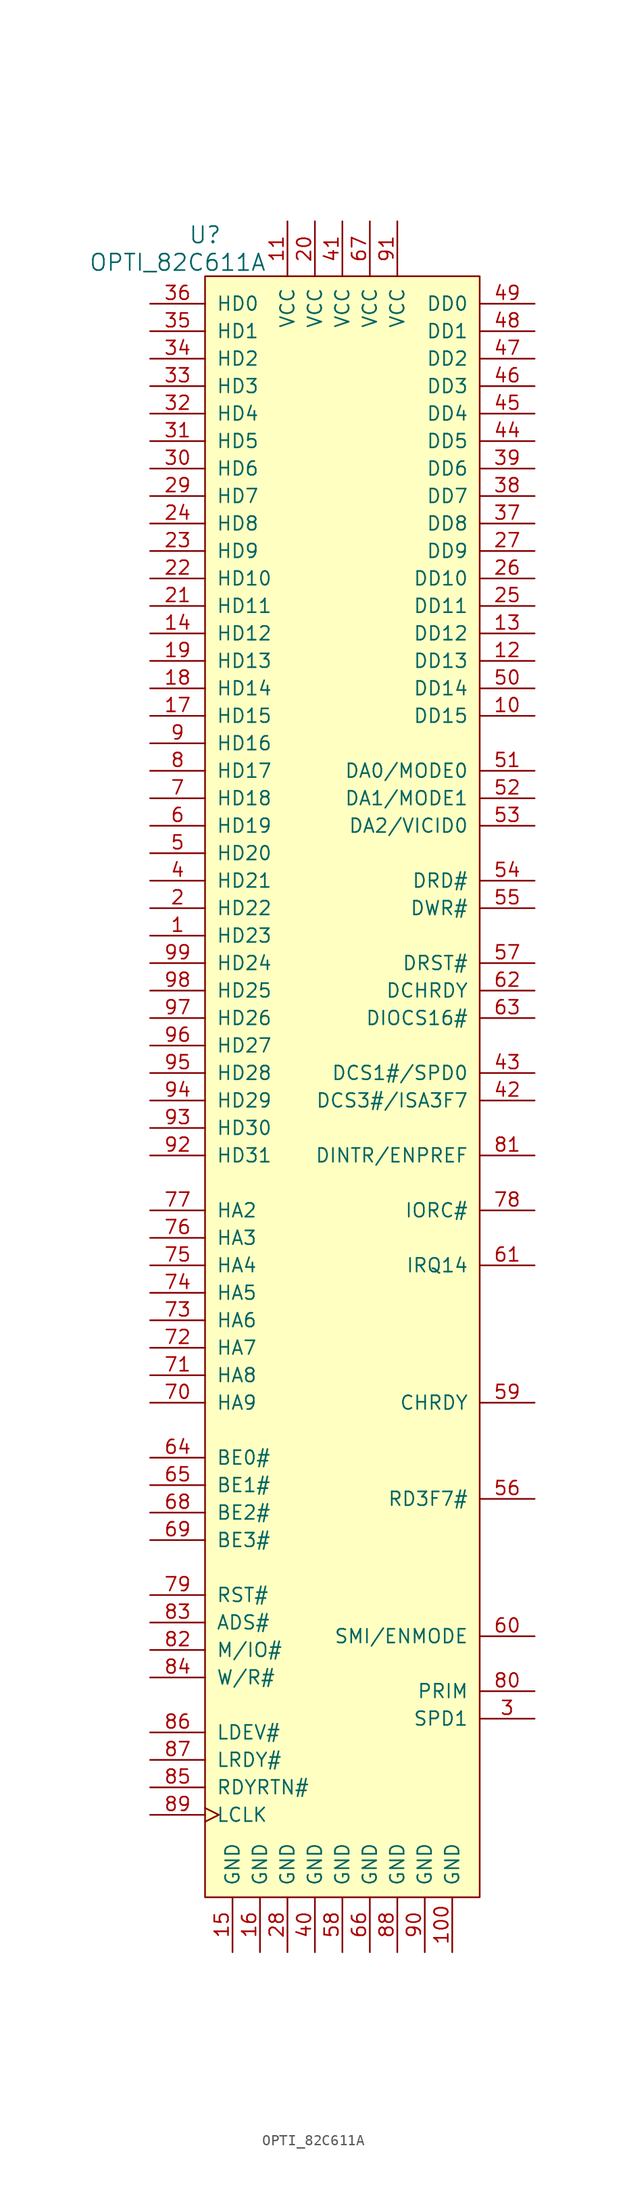
<source format=kicad_sym>
(kicad_symbol_lib
  (version 20211014)
  (generator kicad_symbol_editor)
  (symbol "OPTI_82C611A"
    (pin_names
      (offset 1.016))
    (property "Reference" "U"
      (at -12.7 78.74 0)
      (effects (font (size 1.524 1.524))))
    (property "Value" "OPTI_82C611A"
      (at -15.24 76.2 0)
      (effects (font (size 1.524 1.524))))
    (property "Footprint" ""
      (at 0 36.83 0)
      (effects (font (size 1.524 1.524))))
    (property "Datasheet" ""
      (at 0 36.83 0)
      (effects (font (size 1.524 1.524))))
    (symbol "OPTI_82C611A_0_1"
      (rectangle (start 12.7 -74.93) (end -12.7 74.93) (stroke (width 0) (type default) (color 0 0 0 0)) (fill (type background))))
    (symbol "OPTI_82C611A_1_1"
      (pin tri_state line (at -17.78 13.97 0) (length 5.08) (name "HD23" (effects (font (size 1.27 1.27)))) (number "1" (effects (font (size 1.27 1.27)))))
      (pin tri_state line (at 17.78 34.29 180) (length 5.08) (name "DD15" (effects (font (size 1.27 1.27)))) (number "10" (effects (font (size 1.27 1.27)))))
      (pin power_in line (at 10.16 -80.01 90) (length 5.08) (name "GND" (effects (font (size 1.27 1.27)))) (number "100" (effects (font (size 1.27 1.27)))))
      (pin power_in line (at -5.08 80.01 270) (length 5.08) (name "VCC" (effects (font (size 1.27 1.27)))) (number "11" (effects (font (size 1.27 1.27)))))
      (pin tri_state line (at 17.78 39.37 180) (length 5.08) (name "DD13" (effects (font (size 1.27 1.27)))) (number "12" (effects (font (size 1.27 1.27)))))
      (pin tri_state line (at 17.78 41.91 180) (length 5.08) (name "DD12" (effects (font (size 1.27 1.27)))) (number "13" (effects (font (size 1.27 1.27)))))
      (pin tri_state line (at -17.78 41.91 0) (length 5.08) (name "HD12" (effects (font (size 1.27 1.27)))) (number "14" (effects (font (size 1.27 1.27)))))
      (pin power_in line (at -10.16 -80.01 90) (length 5.08) (name "GND" (effects (font (size 1.27 1.27)))) (number "15" (effects (font (size 1.27 1.27)))))
      (pin power_in line (at -7.62 -80.01 90) (length 5.08) (name "GND" (effects (font (size 1.27 1.27)))) (number "16" (effects (font (size 1.27 1.27)))))
      (pin tri_state line (at -17.78 34.29 0) (length 5.08) (name "HD15" (effects (font (size 1.27 1.27)))) (number "17" (effects (font (size 1.27 1.27)))))
      (pin tri_state line (at -17.78 36.83 0) (length 5.08) (name "HD14" (effects (font (size 1.27 1.27)))) (number "18" (effects (font (size 1.27 1.27)))))
      (pin tri_state line (at -17.78 39.37 0) (length 5.08) (name "HD13" (effects (font (size 1.27 1.27)))) (number "19" (effects (font (size 1.27 1.27)))))
      (pin tri_state line (at -17.78 16.51 0) (length 5.08) (name "HD22" (effects (font (size 1.27 1.27)))) (number "2" (effects (font (size 1.27 1.27)))))
      (pin power_in line (at -2.54 80.01 270) (length 5.08) (name "VCC" (effects (font (size 1.27 1.27)))) (number "20" (effects (font (size 1.27 1.27)))))
      (pin tri_state line (at -17.78 44.45 0) (length 5.08) (name "HD11" (effects (font (size 1.27 1.27)))) (number "21" (effects (font (size 1.27 1.27)))))
      (pin tri_state line (at -17.78 46.99 0) (length 5.08) (name "HD10" (effects (font (size 1.27 1.27)))) (number "22" (effects (font (size 1.27 1.27)))))
      (pin tri_state line (at -17.78 49.53 0) (length 5.08) (name "HD9" (effects (font (size 1.27 1.27)))) (number "23" (effects (font (size 1.27 1.27)))))
      (pin tri_state line (at -17.78 52.07 0) (length 5.08) (name "HD8" (effects (font (size 1.27 1.27)))) (number "24" (effects (font (size 1.27 1.27)))))
      (pin tri_state line (at 17.78 44.45 180) (length 5.08) (name "DD11" (effects (font (size 1.27 1.27)))) (number "25" (effects (font (size 1.27 1.27)))))
      (pin tri_state line (at 17.78 46.99 180) (length 5.08) (name "DD10" (effects (font (size 1.27 1.27)))) (number "26" (effects (font (size 1.27 1.27)))))
      (pin tri_state line (at 17.78 49.53 180) (length 5.08) (name "DD9" (effects (font (size 1.27 1.27)))) (number "27" (effects (font (size 1.27 1.27)))))
      (pin power_in line (at -5.08 -80.01 90) (length 5.08) (name "GND" (effects (font (size 1.27 1.27)))) (number "28" (effects (font (size 1.27 1.27)))))
      (pin tri_state line (at -17.78 54.61 0) (length 5.08) (name "HD7" (effects (font (size 1.27 1.27)))) (number "29" (effects (font (size 1.27 1.27)))))
      (pin input line (at 17.78 -58.42 180) (length 5.08) (name "SPD1" (effects (font (size 1.27 1.27)))) (number "3" (effects (font (size 1.27 1.27)))))
      (pin tri_state line (at -17.78 57.15 0) (length 5.08) (name "HD6" (effects (font (size 1.27 1.27)))) (number "30" (effects (font (size 1.27 1.27)))))
      (pin tri_state line (at -17.78 59.69 0) (length 5.08) (name "HD5" (effects (font (size 1.27 1.27)))) (number "31" (effects (font (size 1.27 1.27)))))
      (pin tri_state line (at -17.78 62.23 0) (length 5.08) (name "HD4" (effects (font (size 1.27 1.27)))) (number "32" (effects (font (size 1.27 1.27)))))
      (pin tri_state line (at -17.78 64.77 0) (length 5.08) (name "HD3" (effects (font (size 1.27 1.27)))) (number "33" (effects (font (size 1.27 1.27)))))
      (pin tri_state line (at -17.78 67.31 0) (length 5.08) (name "HD2" (effects (font (size 1.27 1.27)))) (number "34" (effects (font (size 1.27 1.27)))))
      (pin tri_state line (at -17.78 69.85 0) (length 5.08) (name "HD1" (effects (font (size 1.27 1.27)))) (number "35" (effects (font (size 1.27 1.27)))))
      (pin tri_state line (at -17.78 72.39 0) (length 5.08) (name "HD0" (effects (font (size 1.27 1.27)))) (number "36" (effects (font (size 1.27 1.27)))))
      (pin tri_state line (at 17.78 52.07 180) (length 5.08) (name "DD8" (effects (font (size 1.27 1.27)))) (number "37" (effects (font (size 1.27 1.27)))))
      (pin tri_state line (at 17.78 54.61 180) (length 5.08) (name "DD7" (effects (font (size 1.27 1.27)))) (number "38" (effects (font (size 1.27 1.27)))))
      (pin tri_state line (at 17.78 57.15 180) (length 5.08) (name "DD6" (effects (font (size 1.27 1.27)))) (number "39" (effects (font (size 1.27 1.27)))))
      (pin tri_state line (at -17.78 19.05 0) (length 5.08) (name "HD21" (effects (font (size 1.27 1.27)))) (number "4" (effects (font (size 1.27 1.27)))))
      (pin power_in line (at -2.54 -80.01 90) (length 5.08) (name "GND" (effects (font (size 1.27 1.27)))) (number "40" (effects (font (size 1.27 1.27)))))
      (pin power_in line (at 0 80.01 270) (length 5.08) (name "VCC" (effects (font (size 1.27 1.27)))) (number "41" (effects (font (size 1.27 1.27)))))
      (pin bidirectional line (at 17.78 -1.27 180) (length 5.08) (name "DCS3#/ISA3F7" (effects (font (size 1.27 1.27)))) (number "42" (effects (font (size 1.27 1.27)))))
      (pin bidirectional line (at 17.78 1.27 180) (length 5.08) (name "DCS1#/SPD0" (effects (font (size 1.27 1.27)))) (number "43" (effects (font (size 1.27 1.27)))))
      (pin tri_state line (at 17.78 59.69 180) (length 5.08) (name "DD5" (effects (font (size 1.27 1.27)))) (number "44" (effects (font (size 1.27 1.27)))))
      (pin tri_state line (at 17.78 62.23 180) (length 5.08) (name "DD4" (effects (font (size 1.27 1.27)))) (number "45" (effects (font (size 1.27 1.27)))))
      (pin tri_state line (at 17.78 64.77 180) (length 5.08) (name "DD3" (effects (font (size 1.27 1.27)))) (number "46" (effects (font (size 1.27 1.27)))))
      (pin tri_state line (at 17.78 67.31 180) (length 5.08) (name "DD2" (effects (font (size 1.27 1.27)))) (number "47" (effects (font (size 1.27 1.27)))))
      (pin tri_state line (at 17.78 69.85 180) (length 5.08) (name "DD1" (effects (font (size 1.27 1.27)))) (number "48" (effects (font (size 1.27 1.27)))))
      (pin tri_state line (at 17.78 72.39 180) (length 5.08) (name "DD0" (effects (font (size 1.27 1.27)))) (number "49" (effects (font (size 1.27 1.27)))))
      (pin tri_state line (at -17.78 21.59 0) (length 5.08) (name "HD20" (effects (font (size 1.27 1.27)))) (number "5" (effects (font (size 1.27 1.27)))))
      (pin tri_state line (at 17.78 36.83 180) (length 5.08) (name "DD14" (effects (font (size 1.27 1.27)))) (number "50" (effects (font (size 1.27 1.27)))))
      (pin bidirectional line (at 17.78 29.21 180) (length 5.08) (name "DA0/MODE0" (effects (font (size 1.27 1.27)))) (number "51" (effects (font (size 1.27 1.27)))))
      (pin bidirectional line (at 17.78 26.67 180) (length 5.08) (name "DA1/MODE1" (effects (font (size 1.27 1.27)))) (number "52" (effects (font (size 1.27 1.27)))))
      (pin bidirectional line (at 17.78 24.13 180) (length 5.08) (name "DA2/VICID0" (effects (font (size 1.27 1.27)))) (number "53" (effects (font (size 1.27 1.27)))))
      (pin output line (at 17.78 19.05 180) (length 5.08) (name "DRD#" (effects (font (size 1.27 1.27)))) (number "54" (effects (font (size 1.27 1.27)))))
      (pin output line (at 17.78 16.51 180) (length 5.08) (name "DWR#" (effects (font (size 1.27 1.27)))) (number "55" (effects (font (size 1.27 1.27)))))
      (pin output line (at 17.78 -38.1 180) (length 5.08) (name "RD3F7#" (effects (font (size 1.27 1.27)))) (number "56" (effects (font (size 1.27 1.27)))))
      (pin output line (at 17.78 11.43 180) (length 5.08) (name "DRST#" (effects (font (size 1.27 1.27)))) (number "57" (effects (font (size 1.27 1.27)))))
      (pin power_in line (at 0 -80.01 90) (length 5.08) (name "GND" (effects (font (size 1.27 1.27)))) (number "58" (effects (font (size 1.27 1.27)))))
      (pin open_collector line (at 17.78 -29.21 180) (length 5.08) (name "CHRDY" (effects (font (size 1.27 1.27)))) (number "59" (effects (font (size 1.27 1.27)))))
      (pin tri_state line (at -17.78 24.13 0) (length 5.08) (name "HD19" (effects (font (size 1.27 1.27)))) (number "6" (effects (font (size 1.27 1.27)))))
      (pin bidirectional line (at 17.78 -50.8 180) (length 5.08) (name "SMI/ENMODE" (effects (font (size 1.27 1.27)))) (number "60" (effects (font (size 1.27 1.27)))))
      (pin open_collector line (at 17.78 -16.51 180) (length 5.08) (name "IRQ14" (effects (font (size 1.27 1.27)))) (number "61" (effects (font (size 1.27 1.27)))))
      (pin output line (at 17.78 8.89 180) (length 5.08) (name "DCHRDY" (effects (font (size 1.27 1.27)))) (number "62" (effects (font (size 1.27 1.27)))))
      (pin output line (at 17.78 6.35 180) (length 5.08) (name "DIOCS16#" (effects (font (size 1.27 1.27)))) (number "63" (effects (font (size 1.27 1.27)))))
      (pin input line (at -17.78 -34.29 0) (length 5.08) (name "BE0#" (effects (font (size 1.27 1.27)))) (number "64" (effects (font (size 1.27 1.27)))))
      (pin input line (at -17.78 -36.83 0) (length 5.08) (name "BE1#" (effects (font (size 1.27 1.27)))) (number "65" (effects (font (size 1.27 1.27)))))
      (pin power_in line (at 2.54 -80.01 90) (length 5.08) (name "GND" (effects (font (size 1.27 1.27)))) (number "66" (effects (font (size 1.27 1.27)))))
      (pin power_in line (at 2.54 80.01 270) (length 5.08) (name "VCC" (effects (font (size 1.27 1.27)))) (number "67" (effects (font (size 1.27 1.27)))))
      (pin input line (at -17.78 -39.37 0) (length 5.08) (name "BE2#" (effects (font (size 1.27 1.27)))) (number "68" (effects (font (size 1.27 1.27)))))
      (pin input line (at -17.78 -41.91 0) (length 5.08) (name "BE3#" (effects (font (size 1.27 1.27)))) (number "69" (effects (font (size 1.27 1.27)))))
      (pin tri_state line (at -17.78 26.67 0) (length 5.08) (name "HD18" (effects (font (size 1.27 1.27)))) (number "7" (effects (font (size 1.27 1.27)))))
      (pin input line (at -17.78 -29.21 0) (length 5.08) (name "HA9" (effects (font (size 1.27 1.27)))) (number "70" (effects (font (size 1.27 1.27)))))
      (pin input line (at -17.78 -26.67 0) (length 5.08) (name "HA8" (effects (font (size 1.27 1.27)))) (number "71" (effects (font (size 1.27 1.27)))))
      (pin input line (at -17.78 -24.13 0) (length 5.08) (name "HA7" (effects (font (size 1.27 1.27)))) (number "72" (effects (font (size 1.27 1.27)))))
      (pin input line (at -17.78 -21.59 0) (length 5.08) (name "HA6" (effects (font (size 1.27 1.27)))) (number "73" (effects (font (size 1.27 1.27)))))
      (pin input line (at -17.78 -19.05 0) (length 5.08) (name "HA5" (effects (font (size 1.27 1.27)))) (number "74" (effects (font (size 1.27 1.27)))))
      (pin input line (at -17.78 -16.51 0) (length 5.08) (name "HA4" (effects (font (size 1.27 1.27)))) (number "75" (effects (font (size 1.27 1.27)))))
      (pin input line (at -17.78 -13.97 0) (length 5.08) (name "HA3" (effects (font (size 1.27 1.27)))) (number "76" (effects (font (size 1.27 1.27)))))
      (pin input line (at -17.78 -11.43 0) (length 5.08) (name "HA2" (effects (font (size 1.27 1.27)))) (number "77" (effects (font (size 1.27 1.27)))))
      (pin input line (at 17.78 -11.43 180) (length 5.08) (name "IORC#" (effects (font (size 1.27 1.27)))) (number "78" (effects (font (size 1.27 1.27)))))
      (pin input line (at -17.78 -46.99 0) (length 5.08) (name "RST#" (effects (font (size 1.27 1.27)))) (number "79" (effects (font (size 1.27 1.27)))))
      (pin tri_state line (at -17.78 29.21 0) (length 5.08) (name "HD17" (effects (font (size 1.27 1.27)))) (number "8" (effects (font (size 1.27 1.27)))))
      (pin input line (at 17.78 -55.88 180) (length 5.08) (name "PRIM" (effects (font (size 1.27 1.27)))) (number "80" (effects (font (size 1.27 1.27)))))
      (pin input line (at 17.78 -6.35 180) (length 5.08) (name "DINTR/ENPREF" (effects (font (size 1.27 1.27)))) (number "81" (effects (font (size 1.27 1.27)))))
      (pin input line (at -17.78 -52.07 0) (length 5.08) (name "M/IO#" (effects (font (size 1.27 1.27)))) (number "82" (effects (font (size 1.27 1.27)))))
      (pin input line (at -17.78 -49.53 0) (length 5.08) (name "ADS#" (effects (font (size 1.27 1.27)))) (number "83" (effects (font (size 1.27 1.27)))))
      (pin input line (at -17.78 -54.61 0) (length 5.08) (name "W/R#" (effects (font (size 1.27 1.27)))) (number "84" (effects (font (size 1.27 1.27)))))
      (pin input line (at -17.78 -64.77 0) (length 5.08) (name "RDYRTN#" (effects (font (size 1.27 1.27)))) (number "85" (effects (font (size 1.27 1.27)))))
      (pin output line (at -17.78 -59.69 0) (length 5.08) (name "LDEV#" (effects (font (size 1.27 1.27)))) (number "86" (effects (font (size 1.27 1.27)))))
      (pin output line (at -17.78 -62.23 0) (length 5.08) (name "LRDY#" (effects (font (size 1.27 1.27)))) (number "87" (effects (font (size 1.27 1.27)))))
      (pin power_in line (at 5.08 -80.01 90) (length 5.08) (name "GND" (effects (font (size 1.27 1.27)))) (number "88" (effects (font (size 1.27 1.27)))))
      (pin input clock (at -17.78 -67.31 0) (length 5.08) (name "LCLK" (effects (font (size 1.27 1.27)))) (number "89" (effects (font (size 1.27 1.27)))))
      (pin tri_state line (at -17.78 31.75 0) (length 5.08) (name "HD16" (effects (font (size 1.27 1.27)))) (number "9" (effects (font (size 1.27 1.27)))))
      (pin power_in line (at 7.62 -80.01 90) (length 5.08) (name "GND" (effects (font (size 1.27 1.27)))) (number "90" (effects (font (size 1.27 1.27)))))
      (pin power_in line (at 5.08 80.01 270) (length 5.08) (name "VCC" (effects (font (size 1.27 1.27)))) (number "91" (effects (font (size 1.27 1.27)))))
      (pin tri_state line (at -17.78 -6.35 0) (length 5.08) (name "HD31" (effects (font (size 1.27 1.27)))) (number "92" (effects (font (size 1.27 1.27)))))
      (pin tri_state line (at -17.78 -3.81 0) (length 5.08) (name "HD30" (effects (font (size 1.27 1.27)))) (number "93" (effects (font (size 1.27 1.27)))))
      (pin tri_state line (at -17.78 -1.27 0) (length 5.08) (name "HD29" (effects (font (size 1.27 1.27)))) (number "94" (effects (font (size 1.27 1.27)))))
      (pin tri_state line (at -17.78 1.27 0) (length 5.08) (name "HD28" (effects (font (size 1.27 1.27)))) (number "95" (effects (font (size 1.27 1.27)))))
      (pin tri_state line (at -17.78 3.81 0) (length 5.08) (name "HD27" (effects (font (size 1.27 1.27)))) (number "96" (effects (font (size 1.27 1.27)))))
      (pin tri_state line (at -17.78 6.35 0) (length 5.08) (name "HD26" (effects (font (size 1.27 1.27)))) (number "97" (effects (font (size 1.27 1.27)))))
      (pin tri_state line (at -17.78 8.89 0) (length 5.08) (name "HD25" (effects (font (size 1.27 1.27)))) (number "98" (effects (font (size 1.27 1.27)))))
      (pin tri_state line (at -17.78 11.43 0) (length 5.08) (name "HD24" (effects (font (size 1.27 1.27)))) (number "99" (effects (font (size 1.27 1.27))))))))
</source>
